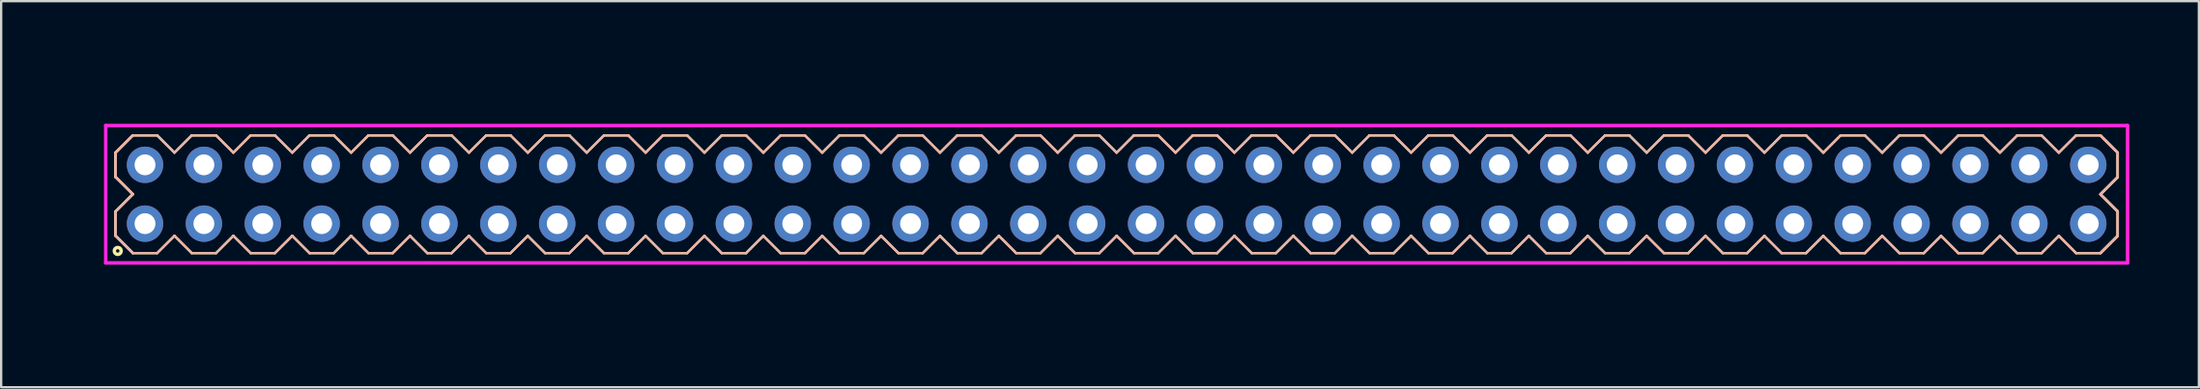
<source format=kicad_pcb>
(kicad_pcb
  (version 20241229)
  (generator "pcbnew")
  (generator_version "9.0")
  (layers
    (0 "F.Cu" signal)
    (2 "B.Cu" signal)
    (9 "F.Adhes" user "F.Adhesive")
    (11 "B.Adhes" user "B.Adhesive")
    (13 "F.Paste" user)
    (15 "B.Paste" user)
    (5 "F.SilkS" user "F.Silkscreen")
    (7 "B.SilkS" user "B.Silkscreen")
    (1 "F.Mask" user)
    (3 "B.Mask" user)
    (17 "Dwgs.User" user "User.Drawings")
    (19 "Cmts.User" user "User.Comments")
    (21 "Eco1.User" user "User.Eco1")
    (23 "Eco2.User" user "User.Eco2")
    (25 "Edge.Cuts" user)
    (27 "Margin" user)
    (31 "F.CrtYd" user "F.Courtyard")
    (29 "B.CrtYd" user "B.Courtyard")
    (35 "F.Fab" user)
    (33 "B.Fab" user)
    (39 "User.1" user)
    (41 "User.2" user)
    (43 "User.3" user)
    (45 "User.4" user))
  (footprint "HDR254P34x2"
    (layer "F.Cu")
    (at 45.115 5.336)
    (property "Reference" "HDR254P34x2" (at -44.355 0 90) (layer "User.1") (effects (font (size 1 1) (thickness 0.1))))
    (attr through_hole)
    (fp_line (start -43.18 -1.796) (end -42.436 -2.54) (stroke (width 0.1) (type solid)) (layer "F.SilkS"))
    (fp_line (start -43.18 -1.796) (end -42.436 -2.54) (stroke (width 0.1) (type solid)) (layer "F.SilkS"))
    (fp_line (start -43.18 -0.744) (end -43.18 -1.796) (stroke (width 0.1) (type solid)) (layer "F.SilkS"))
    (fp_line (start -43.18 -0.744) (end -43.18 -1.796) (stroke (width 0.1) (type solid)) (layer "F.SilkS"))
    (fp_line (start -43.18 0.744) (end -42.436 0) (stroke (width 0.1) (type solid)) (layer "F.SilkS"))
    (fp_line (start -43.18 0.744) (end -42.436 0) (stroke (width 0.1) (type solid)) (layer "F.SilkS"))
    (fp_line (start -43.18 1.796) (end -43.18 0.744) (stroke (width 0.1) (type solid)) (layer "F.SilkS"))
    (fp_line (start -43.18 1.796) (end -43.18 0.744) (stroke (width 0.1) (type solid)) (layer "F.SilkS"))
    (fp_line (start -42.436 -2.54) (end -41.384 -2.54) (stroke (width 0.1) (type solid)) (layer "F.SilkS"))
    (fp_line (start -42.436 0) (end -43.18 -0.744) (stroke (width 0.1) (type solid)) (layer "F.SilkS"))
    (fp_line (start -42.436 0) (end -43.18 -0.744) (stroke (width 0.1) (type solid)) (layer "F.SilkS"))
    (fp_line (start -42.436 2.54) (end -43.18 1.796) (stroke (width 0.1) (type solid)) (layer "F.SilkS"))
    (fp_line (start -42.436 2.54) (end -43.18 1.796) (stroke (width 0.1) (type solid)) (layer "F.SilkS"))
    (fp_line (start -41.384 -2.54) (end -40.64 -1.796) (stroke (width 0.1) (type solid)) (layer "F.SilkS"))
    (fp_line (start -41.384 2.54) (end -42.436 2.54) (stroke (width 0.1) (type solid)) (layer "F.SilkS"))
    (fp_line (start -40.64 -1.796) (end -39.896 -2.54) (stroke (width 0.1) (type solid)) (layer "F.SilkS"))
    (fp_line (start -40.64 1.796) (end -41.384 2.54) (stroke (width 0.1) (type solid)) (layer "F.SilkS"))
    (fp_line (start -39.896 -2.54) (end -38.844 -2.54) (stroke (width 0.1) (type solid)) (layer "F.SilkS"))
    (fp_line (start -39.896 2.54) (end -40.64 1.796) (stroke (width 0.1) (type solid)) (layer "F.SilkS"))
    (fp_line (start -38.844 -2.54) (end -38.1 -1.796) (stroke (width 0.1) (type solid)) (layer "F.SilkS"))
    (fp_line (start -38.844 2.54) (end -39.896 2.54) (stroke (width 0.1) (type solid)) (layer "F.SilkS"))
    (fp_line (start -38.1 -1.796) (end -37.356 -2.54) (stroke (width 0.1) (type solid)) (layer "F.SilkS"))
    (fp_line (start -38.1 1.796) (end -38.844 2.54) (stroke (width 0.1) (type solid)) (layer "F.SilkS"))
    (fp_line (start -37.356 -2.54) (end -36.304 -2.54) (stroke (width 0.1) (type solid)) (layer "F.SilkS"))
    (fp_line (start -37.356 2.54) (end -38.1 1.796) (stroke (width 0.1) (type solid)) (layer "F.SilkS"))
    (fp_line (start -36.304 -2.54) (end -35.56 -1.796) (stroke (width 0.1) (type solid)) (layer "F.SilkS"))
    (fp_line (start -36.304 2.54) (end -37.356 2.54) (stroke (width 0.1) (type solid)) (layer "F.SilkS"))
    (fp_line (start -35.56 -1.796) (end -34.816 -2.54) (stroke (width 0.1) (type solid)) (layer "F.SilkS"))
    (fp_line (start -35.56 1.796) (end -36.304 2.54) (stroke (width 0.1) (type solid)) (layer "F.SilkS"))
    (fp_line (start -34.816 -2.54) (end -33.764 -2.54) (stroke (width 0.1) (type solid)) (layer "F.SilkS"))
    (fp_line (start -34.816 2.54) (end -35.56 1.796) (stroke (width 0.1) (type solid)) (layer "F.SilkS"))
    (fp_line (start -33.764 -2.54) (end -33.02 -1.796) (stroke (width 0.1) (type solid)) (layer "F.SilkS"))
    (fp_line (start -33.764 2.54) (end -34.816 2.54) (stroke (width 0.1) (type solid)) (layer "F.SilkS"))
    (fp_line (start -33.02 -1.796) (end -32.276 -2.54) (stroke (width 0.1) (type solid)) (layer "F.SilkS"))
    (fp_line (start -33.02 1.796) (end -33.764 2.54) (stroke (width 0.1) (type solid)) (layer "F.SilkS"))
    (fp_line (start -32.276 -2.54) (end -31.224 -2.54) (stroke (width 0.1) (type solid)) (layer "F.SilkS"))
    (fp_line (start -32.276 2.54) (end -33.02 1.796) (stroke (width 0.1) (type solid)) (layer "F.SilkS"))
    (fp_line (start -31.224 -2.54) (end -30.48 -1.796) (stroke (width 0.1) (type solid)) (layer "F.SilkS"))
    (fp_line (start -31.224 2.54) (end -32.276 2.54) (stroke (width 0.1) (type solid)) (layer "F.SilkS"))
    (fp_line (start -30.48 -1.796) (end -29.736 -2.54) (stroke (width 0.1) (type solid)) (layer "F.SilkS"))
    (fp_line (start -30.48 1.796) (end -31.224 2.54) (stroke (width 0.1) (type solid)) (layer "F.SilkS"))
    (fp_line (start -29.736 -2.54) (end -28.684 -2.54) (stroke (width 0.1) (type solid)) (layer "F.SilkS"))
    (fp_line (start -29.736 2.54) (end -30.48 1.796) (stroke (width 0.1) (type solid)) (layer "F.SilkS"))
    (fp_line (start -28.684 -2.54) (end -27.94 -1.796) (stroke (width 0.1) (type solid)) (layer "F.SilkS"))
    (fp_line (start -28.684 2.54) (end -29.736 2.54) (stroke (width 0.1) (type solid)) (layer "F.SilkS"))
    (fp_line (start -27.94 -1.796) (end -27.196 -2.54) (stroke (width 0.1) (type solid)) (layer "F.SilkS"))
    (fp_line (start -27.94 1.796) (end -28.684 2.54) (stroke (width 0.1) (type solid)) (layer "F.SilkS"))
    (fp_line (start -27.196 -2.54) (end -26.144 -2.54) (stroke (width 0.1) (type solid)) (layer "F.SilkS"))
    (fp_line (start -27.196 2.54) (end -27.94 1.796) (stroke (width 0.1) (type solid)) (layer "F.SilkS"))
    (fp_line (start -26.144 -2.54) (end -25.4 -1.796) (stroke (width 0.1) (type solid)) (layer "F.SilkS"))
    (fp_line (start -26.144 2.54) (end -27.196 2.54) (stroke (width 0.1) (type solid)) (layer "F.SilkS"))
    (fp_line (start -25.4 -1.796) (end -24.656 -2.54) (stroke (width 0.1) (type solid)) (layer "F.SilkS"))
    (fp_line (start -25.4 1.796) (end -26.144 2.54) (stroke (width 0.1) (type solid)) (layer "F.SilkS"))
    (fp_line (start -24.656 -2.54) (end -23.604 -2.54) (stroke (width 0.1) (type solid)) (layer "F.SilkS"))
    (fp_line (start -24.656 2.54) (end -25.4 1.796) (stroke (width 0.1) (type solid)) (layer "F.SilkS"))
    (fp_line (start -23.604 -2.54) (end -22.86 -1.796) (stroke (width 0.1) (type solid)) (layer "F.SilkS"))
    (fp_line (start -23.604 2.54) (end -24.656 2.54) (stroke (width 0.1) (type solid)) (layer "F.SilkS"))
    (fp_line (start -22.86 -1.796) (end -22.116 -2.54) (stroke (width 0.1) (type solid)) (layer "F.SilkS"))
    (fp_line (start -22.86 1.796) (end -23.604 2.54) (stroke (width 0.1) (type solid)) (layer "F.SilkS"))
    (fp_line (start -22.116 -2.54) (end -21.064 -2.54) (stroke (width 0.1) (type solid)) (layer "F.SilkS"))
    (fp_line (start -22.116 2.54) (end -22.86 1.796) (stroke (width 0.1) (type solid)) (layer "F.SilkS"))
    (fp_line (start -21.064 -2.54) (end -20.32 -1.796) (stroke (width 0.1) (type solid)) (layer "F.SilkS"))
    (fp_line (start -21.064 2.54) (end -22.116 2.54) (stroke (width 0.1) (type solid)) (layer "F.SilkS"))
    (fp_line (start -20.32 -1.796) (end -19.576 -2.54) (stroke (width 0.1) (type solid)) (layer "F.SilkS"))
    (fp_line (start -20.32 1.796) (end -21.064 2.54) (stroke (width 0.1) (type solid)) (layer "F.SilkS"))
    (fp_line (start -19.576 -2.54) (end -18.524 -2.54) (stroke (width 0.1) (type solid)) (layer "F.SilkS"))
    (fp_line (start -19.576 2.54) (end -20.32 1.796) (stroke (width 0.1) (type solid)) (layer "F.SilkS"))
    (fp_line (start -18.524 -2.54) (end -17.78 -1.796) (stroke (width 0.1) (type solid)) (layer "F.SilkS"))
    (fp_line (start -18.524 2.54) (end -19.576 2.54) (stroke (width 0.1) (type solid)) (layer "F.SilkS"))
    (fp_line (start -17.78 -1.796) (end -17.036 -2.54) (stroke (width 0.1) (type solid)) (layer "F.SilkS"))
    (fp_line (start -17.78 1.796) (end -18.524 2.54) (stroke (width 0.1) (type solid)) (layer "F.SilkS"))
    (fp_line (start -17.036 -2.54) (end -15.984 -2.54) (stroke (width 0.1) (type solid)) (layer "F.SilkS"))
    (fp_line (start -17.036 2.54) (end -17.78 1.796) (stroke (width 0.1) (type solid)) (layer "F.SilkS"))
    (fp_line (start -15.984 -2.54) (end -15.24 -1.796) (stroke (width 0.1) (type solid)) (layer "F.SilkS"))
    (fp_line (start -15.984 2.54) (end -17.036 2.54) (stroke (width 0.1) (type solid)) (layer "F.SilkS"))
    (fp_line (start -15.24 -1.796) (end -14.496 -2.54) (stroke (width 0.1) (type solid)) (layer "F.SilkS"))
    (fp_line (start -15.24 1.796) (end -15.984 2.54) (stroke (width 0.1) (type solid)) (layer "F.SilkS"))
    (fp_line (start -14.496 -2.54) (end -13.444 -2.54) (stroke (width 0.1) (type solid)) (layer "F.SilkS"))
    (fp_line (start -14.496 2.54) (end -15.24 1.796) (stroke (width 0.1) (type solid)) (layer "F.SilkS"))
    (fp_line (start -13.444 -2.54) (end -12.7 -1.796) (stroke (width 0.1) (type solid)) (layer "F.SilkS"))
    (fp_line (start -13.444 2.54) (end -14.496 2.54) (stroke (width 0.1) (type solid)) (layer "F.SilkS"))
    (fp_line (start -12.7 -1.796) (end -11.956 -2.54) (stroke (width 0.1) (type solid)) (layer "F.SilkS"))
    (fp_line (start -12.7 1.796) (end -13.444 2.54) (stroke (width 0.1) (type solid)) (layer "F.SilkS"))
    (fp_line (start -11.956 -2.54) (end -10.904 -2.54) (stroke (width 0.1) (type solid)) (layer "F.SilkS"))
    (fp_line (start -11.956 2.54) (end -12.7 1.796) (stroke (width 0.1) (type solid)) (layer "F.SilkS"))
    (fp_line (start -10.904 -2.54) (end -10.16 -1.796) (stroke (width 0.1) (type solid)) (layer "F.SilkS"))
    (fp_line (start -10.904 2.54) (end -11.956 2.54) (stroke (width 0.1) (type solid)) (layer "F.SilkS"))
    (fp_line (start -10.16 -1.796) (end -9.416 -2.54) (stroke (width 0.1) (type solid)) (layer "F.SilkS"))
    (fp_line (start -10.16 1.796) (end -10.904 2.54) (stroke (width 0.1) (type solid)) (layer "F.SilkS"))
    (fp_line (start -9.416 -2.54) (end -8.364 -2.54) (stroke (width 0.1) (type solid)) (layer "F.SilkS"))
    (fp_line (start -9.416 2.54) (end -10.16 1.796) (stroke (width 0.1) (type solid)) (layer "F.SilkS"))
    (fp_line (start -8.364 -2.54) (end -7.62 -1.796) (stroke (width 0.1) (type solid)) (layer "F.SilkS"))
    (fp_line (start -8.364 2.54) (end -9.416 2.54) (stroke (width 0.1) (type solid)) (layer "F.SilkS"))
    (fp_line (start -7.62 -1.796) (end -6.876 -2.54) (stroke (width 0.1) (type solid)) (layer "F.SilkS"))
    (fp_line (start -7.62 1.796) (end -8.364 2.54) (stroke (width 0.1) (type solid)) (layer "F.SilkS"))
    (fp_line (start -6.876 -2.54) (end -5.824 -2.54) (stroke (width 0.1) (type solid)) (layer "F.SilkS"))
    (fp_line (start -6.876 2.54) (end -7.62 1.796) (stroke (width 0.1) (type solid)) (layer "F.SilkS"))
    (fp_line (start -5.824 -2.54) (end -5.08 -1.796) (stroke (width 0.1) (type solid)) (layer "F.SilkS"))
    (fp_line (start -5.824 2.54) (end -6.876 2.54) (stroke (width 0.1) (type solid)) (layer "F.SilkS"))
    (fp_line (start -5.08 -1.796) (end -4.336 -2.54) (stroke (width 0.1) (type solid)) (layer "F.SilkS"))
    (fp_line (start -5.08 1.796) (end -5.824 2.54) (stroke (width 0.1) (type solid)) (layer "F.SilkS"))
    (fp_line (start -4.336 -2.54) (end -3.284 -2.54) (stroke (width 0.1) (type solid)) (layer "F.SilkS"))
    (fp_line (start -4.336 2.54) (end -5.08 1.796) (stroke (width 0.1) (type solid)) (layer "F.SilkS"))
    (fp_line (start -3.284 -2.54) (end -2.54 -1.796) (stroke (width 0.1) (type solid)) (layer "F.SilkS"))
    (fp_line (start -3.284 2.54) (end -4.336 2.54) (stroke (width 0.1) (type solid)) (layer "F.SilkS"))
    (fp_line (start -2.54 -1.796) (end -1.796 -2.54) (stroke (width 0.1) (type solid)) (layer "F.SilkS"))
    (fp_line (start -2.54 1.796) (end -3.284 2.54) (stroke (width 0.1) (type solid)) (layer "F.SilkS"))
    (fp_line (start -1.796 -2.54) (end -0.744 -2.54) (stroke (width 0.1) (type solid)) (layer "F.SilkS"))
    (fp_line (start -1.796 2.54) (end -2.54 1.796) (stroke (width 0.1) (type solid)) (layer "F.SilkS"))
    (fp_line (start -0.744 -2.54) (end 0 -1.796) (stroke (width 0.1) (type solid)) (layer "F.SilkS"))
    (fp_line (start -0.744 2.54) (end -1.796 2.54) (stroke (width 0.1) (type solid)) (layer "F.SilkS"))
    (fp_line (start 0 -1.796) (end 0.744 -2.54) (stroke (width 0.1) (type solid)) (layer "F.SilkS"))
    (fp_line (start 0 1.796) (end -0.744 2.54) (stroke (width 0.1) (type solid)) (layer "F.SilkS"))
    (fp_line (start 0.744 -2.54) (end 1.796 -2.54) (stroke (width 0.1) (type solid)) (layer "F.SilkS"))
    (fp_line (start 0.744 2.54) (end 0 1.796) (stroke (width 0.1) (type solid)) (layer "F.SilkS"))
    (fp_line (start 1.796 -2.54) (end 2.54 -1.796) (stroke (width 0.1) (type solid)) (layer "F.SilkS"))
    (fp_line (start 1.796 2.54) (end 0.744 2.54) (stroke (width 0.1) (type solid)) (layer "F.SilkS"))
    (fp_line (start 2.54 -1.796) (end 3.284 -2.54) (stroke (width 0.1) (type solid)) (layer "F.SilkS"))
    (fp_line (start 2.54 1.796) (end 1.796 2.54) (stroke (width 0.1) (type solid)) (layer "F.SilkS"))
    (fp_line (start 3.284 -2.54) (end 4.336 -2.54) (stroke (width 0.1) (type solid)) (layer "F.SilkS"))
    (fp_line (start 3.284 2.54) (end 2.54 1.796) (stroke (width 0.1) (type solid)) (layer "F.SilkS"))
    (fp_line (start 4.336 -2.54) (end 5.08 -1.796) (stroke (width 0.1) (type solid)) (layer "F.SilkS"))
    (fp_line (start 4.336 2.54) (end 3.284 2.54) (stroke (width 0.1) (type solid)) (layer "F.SilkS"))
    (fp_line (start 5.08 -1.796) (end 5.824 -2.54) (stroke (width 0.1) (type solid)) (layer "F.SilkS"))
    (fp_line (start 5.08 1.796) (end 4.336 2.54) (stroke (width 0.1) (type solid)) (layer "F.SilkS"))
    (fp_line (start 5.824 -2.54) (end 6.876 -2.54) (stroke (width 0.1) (type solid)) (layer "F.SilkS"))
    (fp_line (start 5.824 2.54) (end 5.08 1.796) (stroke (width 0.1) (type solid)) (layer "F.SilkS"))
    (fp_line (start 6.876 -2.54) (end 7.62 -1.796) (stroke (width 0.1) (type solid)) (layer "F.SilkS"))
    (fp_line (start 6.876 2.54) (end 5.824 2.54) (stroke (width 0.1) (type solid)) (layer "F.SilkS"))
    (fp_line (start 7.62 -1.796) (end 8.364 -2.54) (stroke (width 0.1) (type solid)) (layer "F.SilkS"))
    (fp_line (start 7.62 1.796) (end 6.876 2.54) (stroke (width 0.1) (type solid)) (layer "F.SilkS"))
    (fp_line (start 8.364 -2.54) (end 9.416 -2.54) (stroke (width 0.1) (type solid)) (layer "F.SilkS"))
    (fp_line (start 8.364 2.54) (end 7.62 1.796) (stroke (width 0.1) (type solid)) (layer "F.SilkS"))
    (fp_line (start 9.416 -2.54) (end 10.16 -1.796) (stroke (width 0.1) (type solid)) (layer "F.SilkS"))
    (fp_line (start 9.416 2.54) (end 8.364 2.54) (stroke (width 0.1) (type solid)) (layer "F.SilkS"))
    (fp_line (start 10.16 -1.796) (end 10.904 -2.54) (stroke (width 0.1) (type solid)) (layer "F.SilkS"))
    (fp_line (start 10.16 1.796) (end 9.416 2.54) (stroke (width 0.1) (type solid)) (layer "F.SilkS"))
    (fp_line (start 10.904 -2.54) (end 11.956 -2.54) (stroke (width 0.1) (type solid)) (layer "F.SilkS"))
    (fp_line (start 10.904 2.54) (end 10.16 1.796) (stroke (width 0.1) (type solid)) (layer "F.SilkS"))
    (fp_line (start 11.956 -2.54) (end 12.7 -1.796) (stroke (width 0.1) (type solid)) (layer "F.SilkS"))
    (fp_line (start 11.956 2.54) (end 10.904 2.54) (stroke (width 0.1) (type solid)) (layer "F.SilkS"))
    (fp_line (start 12.7 -1.796) (end 13.444 -2.54) (stroke (width 0.1) (type solid)) (layer "F.SilkS"))
    (fp_line (start 12.7 1.796) (end 11.956 2.54) (stroke (width 0.1) (type solid)) (layer "F.SilkS"))
    (fp_line (start 13.444 -2.54) (end 14.496 -2.54) (stroke (width 0.1) (type solid)) (layer "F.SilkS"))
    (fp_line (start 13.444 2.54) (end 12.7 1.796) (stroke (width 0.1) (type solid)) (layer "F.SilkS"))
    (fp_line (start 14.496 -2.54) (end 15.24 -1.796) (stroke (width 0.1) (type solid)) (layer "F.SilkS"))
    (fp_line (start 14.496 2.54) (end 13.444 2.54) (stroke (width 0.1) (type solid)) (layer "F.SilkS"))
    (fp_line (start 15.24 -1.796) (end 15.984 -2.54) (stroke (width 0.1) (type solid)) (layer "F.SilkS"))
    (fp_line (start 15.24 1.796) (end 14.496 2.54) (stroke (width 0.1) (type solid)) (layer "F.SilkS"))
    (fp_line (start 15.984 -2.54) (end 17.036 -2.54) (stroke (width 0.1) (type solid)) (layer "F.SilkS"))
    (fp_line (start 15.984 2.54) (end 15.24 1.796) (stroke (width 0.1) (type solid)) (layer "F.SilkS"))
    (fp_line (start 17.036 -2.54) (end 17.78 -1.796) (stroke (width 0.1) (type solid)) (layer "F.SilkS"))
    (fp_line (start 17.036 2.54) (end 15.984 2.54) (stroke (width 0.1) (type solid)) (layer "F.SilkS"))
    (fp_line (start 17.78 -1.796) (end 18.524 -2.54) (stroke (width 0.1) (type solid)) (layer "F.SilkS"))
    (fp_line (start 17.78 1.796) (end 17.036 2.54) (stroke (width 0.1) (type solid)) (layer "F.SilkS"))
    (fp_line (start 18.524 -2.54) (end 19.576 -2.54) (stroke (width 0.1) (type solid)) (layer "F.SilkS"))
    (fp_line (start 18.524 2.54) (end 17.78 1.796) (stroke (width 0.1) (type solid)) (layer "F.SilkS"))
    (fp_line (start 19.576 -2.54) (end 20.32 -1.796) (stroke (width 0.1) (type solid)) (layer "F.SilkS"))
    (fp_line (start 19.576 2.54) (end 18.524 2.54) (stroke (width 0.1) (type solid)) (layer "F.SilkS"))
    (fp_line (start 20.32 -1.796) (end 21.064 -2.54) (stroke (width 0.1) (type solid)) (layer "F.SilkS"))
    (fp_line (start 20.32 1.796) (end 19.576 2.54) (stroke (width 0.1) (type solid)) (layer "F.SilkS"))
    (fp_line (start 21.064 -2.54) (end 22.116 -2.54) (stroke (width 0.1) (type solid)) (layer "F.SilkS"))
    (fp_line (start 21.064 2.54) (end 20.32 1.796) (stroke (width 0.1) (type solid)) (layer "F.SilkS"))
    (fp_line (start 22.116 -2.54) (end 22.86 -1.796) (stroke (width 0.1) (type solid)) (layer "F.SilkS"))
    (fp_line (start 22.116 2.54) (end 21.064 2.54) (stroke (width 0.1) (type solid)) (layer "F.SilkS"))
    (fp_line (start 22.86 -1.796) (end 23.604 -2.54) (stroke (width 0.1) (type solid)) (layer "F.SilkS"))
    (fp_line (start 22.86 1.796) (end 22.116 2.54) (stroke (width 0.1) (type solid)) (layer "F.SilkS"))
    (fp_line (start 23.604 -2.54) (end 24.656 -2.54) (stroke (width 0.1) (type solid)) (layer "F.SilkS"))
    (fp_line (start 23.604 2.54) (end 22.86 1.796) (stroke (width 0.1) (type solid)) (layer "F.SilkS"))
    (fp_line (start 24.656 -2.54) (end 25.4 -1.796) (stroke (width 0.1) (type solid)) (layer "F.SilkS"))
    (fp_line (start 24.656 2.54) (end 23.604 2.54) (stroke (width 0.1) (type solid)) (layer "F.SilkS"))
    (fp_line (start 25.4 -1.796) (end 26.144 -2.54) (stroke (width 0.1) (type solid)) (layer "F.SilkS"))
    (fp_line (start 25.4 1.796) (end 24.656 2.54) (stroke (width 0.1) (type solid)) (layer "F.SilkS"))
    (fp_line (start 26.144 -2.54) (end 27.196 -2.54) (stroke (width 0.1) (type solid)) (layer "F.SilkS"))
    (fp_line (start 26.144 2.54) (end 25.4 1.796) (stroke (width 0.1) (type solid)) (layer "F.SilkS"))
    (fp_line (start 27.196 -2.54) (end 27.94 -1.796) (stroke (width 0.1) (type solid)) (layer "F.SilkS"))
    (fp_line (start 27.196 2.54) (end 26.144 2.54) (stroke (width 0.1) (type solid)) (layer "F.SilkS"))
    (fp_line (start 27.94 -1.796) (end 28.684 -2.54) (stroke (width 0.1) (type solid)) (layer "F.SilkS"))
    (fp_line (start 27.94 1.796) (end 27.196 2.54) (stroke (width 0.1) (type solid)) (layer "F.SilkS"))
    (fp_line (start 28.684 -2.54) (end 29.736 -2.54) (stroke (width 0.1) (type solid)) (layer "F.SilkS"))
    (fp_line (start 28.684 2.54) (end 27.94 1.796) (stroke (width 0.1) (type solid)) (layer "F.SilkS"))
    (fp_line (start 29.736 -2.54) (end 30.48 -1.796) (stroke (width 0.1) (type solid)) (layer "F.SilkS"))
    (fp_line (start 29.736 2.54) (end 28.684 2.54) (stroke (width 0.1) (type solid)) (layer "F.SilkS"))
    (fp_line (start 30.48 -1.796) (end 31.224 -2.54) (stroke (width 0.1) (type solid)) (layer "F.SilkS"))
    (fp_line (start 30.48 1.796) (end 29.736 2.54) (stroke (width 0.1) (type solid)) (layer "F.SilkS"))
    (fp_line (start 31.224 -2.54) (end 32.276 -2.54) (stroke (width 0.1) (type solid)) (layer "F.SilkS"))
    (fp_line (start 31.224 2.54) (end 30.48 1.796) (stroke (width 0.1) (type solid)) (layer "F.SilkS"))
    (fp_line (start 32.276 -2.54) (end 33.02 -1.796) (stroke (width 0.1) (type solid)) (layer "F.SilkS"))
    (fp_line (start 32.276 2.54) (end 31.224 2.54) (stroke (width 0.1) (type solid)) (layer "F.SilkS"))
    (fp_line (start 33.02 -1.796) (end 33.764 -2.54) (stroke (width 0.1) (type solid)) (layer "F.SilkS"))
    (fp_line (start 33.02 1.796) (end 32.276 2.54) (stroke (width 0.1) (type solid)) (layer "F.SilkS"))
    (fp_line (start 33.764 -2.54) (end 34.816 -2.54) (stroke (width 0.1) (type solid)) (layer "F.SilkS"))
    (fp_line (start 33.764 2.54) (end 33.02 1.796) (stroke (width 0.1) (type solid)) (layer "F.SilkS"))
    (fp_line (start 34.816 -2.54) (end 35.56 -1.796) (stroke (width 0.1) (type solid)) (layer "F.SilkS"))
    (fp_line (start 34.816 2.54) (end 33.764 2.54) (stroke (width 0.1) (type solid)) (layer "F.SilkS"))
    (fp_line (start 35.56 -1.796) (end 36.304 -2.54) (stroke (width 0.1) (type solid)) (layer "F.SilkS"))
    (fp_line (start 35.56 1.796) (end 34.816 2.54) (stroke (width 0.1) (type solid)) (layer "F.SilkS"))
    (fp_line (start 36.304 -2.54) (end 37.356 -2.54) (stroke (width 0.1) (type solid)) (layer "F.SilkS"))
    (fp_line (start 36.304 2.54) (end 35.56 1.796) (stroke (width 0.1) (type solid)) (layer "F.SilkS"))
    (fp_line (start 37.356 -2.54) (end 38.1 -1.796) (stroke (width 0.1) (type solid)) (layer "F.SilkS"))
    (fp_line (start 37.356 2.54) (end 36.304 2.54) (stroke (width 0.1) (type solid)) (layer "F.SilkS"))
    (fp_line (start 38.1 -1.796) (end 38.844 -2.54) (stroke (width 0.1) (type solid)) (layer "F.SilkS"))
    (fp_line (start 38.1 1.796) (end 37.356 2.54) (stroke (width 0.1) (type solid)) (layer "F.SilkS"))
    (fp_line (start 38.844 -2.54) (end 39.896 -2.54) (stroke (width 0.1) (type solid)) (layer "F.SilkS"))
    (fp_line (start 38.844 2.54) (end 38.1 1.796) (stroke (width 0.1) (type solid)) (layer "F.SilkS"))
    (fp_line (start 39.896 -2.54) (end 40.64 -1.796) (stroke (width 0.1) (type solid)) (layer "F.SilkS"))
    (fp_line (start 39.896 2.54) (end 38.844 2.54) (stroke (width 0.1) (type solid)) (layer "F.SilkS"))
    (fp_line (start 40.64 -1.796) (end 41.384 -2.54) (stroke (width 0.1) (type solid)) (layer "F.SilkS"))
    (fp_line (start 40.64 1.796) (end 39.896 2.54) (stroke (width 0.1) (type solid)) (layer "F.SilkS"))
    (fp_line (start 41.384 -2.54) (end 42.436 -2.54) (stroke (width 0.1) (type solid)) (layer "F.SilkS"))
    (fp_line (start 41.384 2.54) (end 40.64 1.796) (stroke (width 0.1) (type solid)) (layer "F.SilkS"))
    (fp_line (start 42.436 -2.54) (end 43.18 -1.796) (stroke (width 0.1) (type solid)) (layer "F.SilkS"))
    (fp_line (start 42.436 -2.54) (end 43.18 -1.796) (stroke (width 0.1) (type solid)) (layer "F.SilkS"))
    (fp_line (start 42.436 0) (end 43.18 0.744) (stroke (width 0.1) (type solid)) (layer "F.SilkS"))
    (fp_line (start 42.436 0) (end 43.18 0.744) (stroke (width 0.1) (type solid)) (layer "F.SilkS"))
    (fp_line (start 42.436 2.54) (end 41.384 2.54) (stroke (width 0.1) (type solid)) (layer "F.SilkS"))
    (fp_line (start 43.18 -1.796) (end 43.18 -0.744) (stroke (width 0.1) (type solid)) (layer "F.SilkS"))
    (fp_line (start 43.18 -1.796) (end 43.18 -0.744) (stroke (width 0.1) (type solid)) (layer "F.SilkS"))
    (fp_line (start 43.18 -0.744) (end 42.436 0) (stroke (width 0.1) (type solid)) (layer "F.SilkS"))
    (fp_line (start 43.18 -0.744) (end 42.436 0) (stroke (width 0.1) (type solid)) (layer "F.SilkS"))
    (fp_line (start 43.18 0.744) (end 43.18 1.796) (stroke (width 0.1) (type solid)) (layer "F.SilkS"))
    (fp_line (start 43.18 0.744) (end 43.18 1.796) (stroke (width 0.1) (type solid)) (layer "F.SilkS"))
    (fp_line (start 43.18 1.796) (end 42.436 2.54) (stroke (width 0.1) (type solid)) (layer "F.SilkS"))
    (fp_line (start 43.18 1.796) (end 42.436 2.54) (stroke (width 0.1) (type solid)) (layer "F.SilkS"))
    (fp_circle (center -43.087 2.448) (end -42.938 2.448) (stroke (width 0.15) (type solid)) (fill no) (layer "F.SilkS"))
    (fp_line (start -43.18 -1.796) (end -42.436 -2.54) (stroke (width 0.1) (type solid)) (layer "B.SilkS"))
    (fp_line (start -43.18 -1.796) (end -42.436 -2.54) (stroke (width 0.1) (type solid)) (layer "B.SilkS"))
    (fp_line (start -43.18 -0.744) (end -43.18 -1.796) (stroke (width 0.1) (type solid)) (layer "B.SilkS"))
    (fp_line (start -43.18 -0.744) (end -43.18 -1.796) (stroke (width 0.1) (type solid)) (layer "B.SilkS"))
    (fp_line (start -43.18 0.744) (end -42.436 0) (stroke (width 0.1) (type solid)) (layer "B.SilkS"))
    (fp_line (start -43.18 0.744) (end -42.436 0) (stroke (width 0.1) (type solid)) (layer "B.SilkS"))
    (fp_line (start -43.18 1.796) (end -43.18 0.744) (stroke (width 0.1) (type solid)) (layer "B.SilkS"))
    (fp_line (start -43.18 1.796) (end -43.18 0.744) (stroke (width 0.1) (type solid)) (layer "B.SilkS"))
    (fp_line (start -42.436 -2.54) (end -41.384 -2.54) (stroke (width 0.1) (type solid)) (layer "B.SilkS"))
    (fp_line (start -42.436 0) (end -43.18 -0.744) (stroke (width 0.1) (type solid)) (layer "B.SilkS"))
    (fp_line (start -42.436 0) (end -43.18 -0.744) (stroke (width 0.1) (type solid)) (layer "B.SilkS"))
    (fp_line (start -42.436 2.54) (end -43.18 1.796) (stroke (width 0.1) (type solid)) (layer "B.SilkS"))
    (fp_line (start -42.436 2.54) (end -43.18 1.796) (stroke (width 0.1) (type solid)) (layer "B.SilkS"))
    (fp_line (start -41.384 -2.54) (end -40.64 -1.796) (stroke (width 0.1) (type solid)) (layer "B.SilkS"))
    (fp_line (start -41.384 2.54) (end -42.436 2.54) (stroke (width 0.1) (type solid)) (layer "B.SilkS"))
    (fp_line (start -40.64 -1.796) (end -39.896 -2.54) (stroke (width 0.1) (type solid)) (layer "B.SilkS"))
    (fp_line (start -40.64 1.796) (end -41.384 2.54) (stroke (width 0.1) (type solid)) (layer "B.SilkS"))
    (fp_line (start -39.896 -2.54) (end -38.844 -2.54) (stroke (width 0.1) (type solid)) (layer "B.SilkS"))
    (fp_line (start -39.896 2.54) (end -40.64 1.796) (stroke (width 0.1) (type solid)) (layer "B.SilkS"))
    (fp_line (start -38.844 -2.54) (end -38.1 -1.796) (stroke (width 0.1) (type solid)) (layer "B.SilkS"))
    (fp_line (start -38.844 2.54) (end -39.896 2.54) (stroke (width 0.1) (type solid)) (layer "B.SilkS"))
    (fp_line (start -38.1 -1.796) (end -37.356 -2.54) (stroke (width 0.1) (type solid)) (layer "B.SilkS"))
    (fp_line (start -38.1 1.796) (end -38.844 2.54) (stroke (width 0.1) (type solid)) (layer "B.SilkS"))
    (fp_line (start -37.356 -2.54) (end -36.304 -2.54) (stroke (width 0.1) (type solid)) (layer "B.SilkS"))
    (fp_line (start -37.356 2.54) (end -38.1 1.796) (stroke (width 0.1) (type solid)) (layer "B.SilkS"))
    (fp_line (start -36.304 -2.54) (end -35.56 -1.796) (stroke (width 0.1) (type solid)) (layer "B.SilkS"))
    (fp_line (start -36.304 2.54) (end -37.356 2.54) (stroke (width 0.1) (type solid)) (layer "B.SilkS"))
    (fp_line (start -35.56 -1.796) (end -34.816 -2.54) (stroke (width 0.1) (type solid)) (layer "B.SilkS"))
    (fp_line (start -35.56 1.796) (end -36.304 2.54) (stroke (width 0.1) (type solid)) (layer "B.SilkS"))
    (fp_line (start -34.816 -2.54) (end -33.764 -2.54) (stroke (width 0.1) (type solid)) (layer "B.SilkS"))
    (fp_line (start -34.816 2.54) (end -35.56 1.796) (stroke (width 0.1) (type solid)) (layer "B.SilkS"))
    (fp_line (start -33.764 -2.54) (end -33.02 -1.796) (stroke (width 0.1) (type solid)) (layer "B.SilkS"))
    (fp_line (start -33.764 2.54) (end -34.816 2.54) (stroke (width 0.1) (type solid)) (layer "B.SilkS"))
    (fp_line (start -33.02 -1.796) (end -32.276 -2.54) (stroke (width 0.1) (type solid)) (layer "B.SilkS"))
    (fp_line (start -33.02 1.796) (end -33.764 2.54) (stroke (width 0.1) (type solid)) (layer "B.SilkS"))
    (fp_line (start -32.276 -2.54) (end -31.224 -2.54) (stroke (width 0.1) (type solid)) (layer "B.SilkS"))
    (fp_line (start -32.276 2.54) (end -33.02 1.796) (stroke (width 0.1) (type solid)) (layer "B.SilkS"))
    (fp_line (start -31.224 -2.54) (end -30.48 -1.796) (stroke (width 0.1) (type solid)) (layer "B.SilkS"))
    (fp_line (start -31.224 2.54) (end -32.276 2.54) (stroke (width 0.1) (type solid)) (layer "B.SilkS"))
    (fp_line (start -30.48 -1.796) (end -29.736 -2.54) (stroke (width 0.1) (type solid)) (layer "B.SilkS"))
    (fp_line (start -30.48 1.796) (end -31.224 2.54) (stroke (width 0.1) (type solid)) (layer "B.SilkS"))
    (fp_line (start -29.736 -2.54) (end -28.684 -2.54) (stroke (width 0.1) (type solid)) (layer "B.SilkS"))
    (fp_line (start -29.736 2.54) (end -30.48 1.796) (stroke (width 0.1) (type solid)) (layer "B.SilkS"))
    (fp_line (start -28.684 -2.54) (end -27.94 -1.796) (stroke (width 0.1) (type solid)) (layer "B.SilkS"))
    (fp_line (start -28.684 2.54) (end -29.736 2.54) (stroke (width 0.1) (type solid)) (layer "B.SilkS"))
    (fp_line (start -27.94 -1.796) (end -27.196 -2.54) (stroke (width 0.1) (type solid)) (layer "B.SilkS"))
    (fp_line (start -27.94 1.796) (end -28.684 2.54) (stroke (width 0.1) (type solid)) (layer "B.SilkS"))
    (fp_line (start -27.196 -2.54) (end -26.144 -2.54) (stroke (width 0.1) (type solid)) (layer "B.SilkS"))
    (fp_line (start -27.196 2.54) (end -27.94 1.796) (stroke (width 0.1) (type solid)) (layer "B.SilkS"))
    (fp_line (start -26.144 -2.54) (end -25.4 -1.796) (stroke (width 0.1) (type solid)) (layer "B.SilkS"))
    (fp_line (start -26.144 2.54) (end -27.196 2.54) (stroke (width 0.1) (type solid)) (layer "B.SilkS"))
    (fp_line (start -25.4 -1.796) (end -24.656 -2.54) (stroke (width 0.1) (type solid)) (layer "B.SilkS"))
    (fp_line (start -25.4 1.796) (end -26.144 2.54) (stroke (width 0.1) (type solid)) (layer "B.SilkS"))
    (fp_line (start -24.656 -2.54) (end -23.604 -2.54) (stroke (width 0.1) (type solid)) (layer "B.SilkS"))
    (fp_line (start -24.656 2.54) (end -25.4 1.796) (stroke (width 0.1) (type solid)) (layer "B.SilkS"))
    (fp_line (start -23.604 -2.54) (end -22.86 -1.796) (stroke (width 0.1) (type solid)) (layer "B.SilkS"))
    (fp_line (start -23.604 2.54) (end -24.656 2.54) (stroke (width 0.1) (type solid)) (layer "B.SilkS"))
    (fp_line (start -22.86 -1.796) (end -22.116 -2.54) (stroke (width 0.1) (type solid)) (layer "B.SilkS"))
    (fp_line (start -22.86 1.796) (end -23.604 2.54) (stroke (width 0.1) (type solid)) (layer "B.SilkS"))
    (fp_line (start -22.116 -2.54) (end -21.064 -2.54) (stroke (width 0.1) (type solid)) (layer "B.SilkS"))
    (fp_line (start -22.116 2.54) (end -22.86 1.796) (stroke (width 0.1) (type solid)) (layer "B.SilkS"))
    (fp_line (start -21.064 -2.54) (end -20.32 -1.796) (stroke (width 0.1) (type solid)) (layer "B.SilkS"))
    (fp_line (start -21.064 2.54) (end -22.116 2.54) (stroke (width 0.1) (type solid)) (layer "B.SilkS"))
    (fp_line (start -20.32 -1.796) (end -19.576 -2.54) (stroke (width 0.1) (type solid)) (layer "B.SilkS"))
    (fp_line (start -20.32 1.796) (end -21.064 2.54) (stroke (width 0.1) (type solid)) (layer "B.SilkS"))
    (fp_line (start -19.576 -2.54) (end -18.524 -2.54) (stroke (width 0.1) (type solid)) (layer "B.SilkS"))
    (fp_line (start -19.576 2.54) (end -20.32 1.796) (stroke (width 0.1) (type solid)) (layer "B.SilkS"))
    (fp_line (start -18.524 -2.54) (end -17.78 -1.796) (stroke (width 0.1) (type solid)) (layer "B.SilkS"))
    (fp_line (start -18.524 2.54) (end -19.576 2.54) (stroke (width 0.1) (type solid)) (layer "B.SilkS"))
    (fp_line (start -17.78 -1.796) (end -17.036 -2.54) (stroke (width 0.1) (type solid)) (layer "B.SilkS"))
    (fp_line (start -17.78 1.796) (end -18.524 2.54) (stroke (width 0.1) (type solid)) (layer "B.SilkS"))
    (fp_line (start -17.036 -2.54) (end -15.984 -2.54) (stroke (width 0.1) (type solid)) (layer "B.SilkS"))
    (fp_line (start -17.036 2.54) (end -17.78 1.796) (stroke (width 0.1) (type solid)) (layer "B.SilkS"))
    (fp_line (start -15.984 -2.54) (end -15.24 -1.796) (stroke (width 0.1) (type solid)) (layer "B.SilkS"))
    (fp_line (start -15.984 2.54) (end -17.036 2.54) (stroke (width 0.1) (type solid)) (layer "B.SilkS"))
    (fp_line (start -15.24 -1.796) (end -14.496 -2.54) (stroke (width 0.1) (type solid)) (layer "B.SilkS"))
    (fp_line (start -15.24 1.796) (end -15.984 2.54) (stroke (width 0.1) (type solid)) (layer "B.SilkS"))
    (fp_line (start -14.496 -2.54) (end -13.444 -2.54) (stroke (width 0.1) (type solid)) (layer "B.SilkS"))
    (fp_line (start -14.496 2.54) (end -15.24 1.796) (stroke (width 0.1) (type solid)) (layer "B.SilkS"))
    (fp_line (start -13.444 -2.54) (end -12.7 -1.796) (stroke (width 0.1) (type solid)) (layer "B.SilkS"))
    (fp_line (start -13.444 2.54) (end -14.496 2.54) (stroke (width 0.1) (type solid)) (layer "B.SilkS"))
    (fp_line (start -12.7 -1.796) (end -11.956 -2.54) (stroke (width 0.1) (type solid)) (layer "B.SilkS"))
    (fp_line (start -12.7 1.796) (end -13.444 2.54) (stroke (width 0.1) (type solid)) (layer "B.SilkS"))
    (fp_line (start -11.956 -2.54) (end -10.904 -2.54) (stroke (width 0.1) (type solid)) (layer "B.SilkS"))
    (fp_line (start -11.956 2.54) (end -12.7 1.796) (stroke (width 0.1) (type solid)) (layer "B.SilkS"))
    (fp_line (start -10.904 -2.54) (end -10.16 -1.796) (stroke (width 0.1) (type solid)) (layer "B.SilkS"))
    (fp_line (start -10.904 2.54) (end -11.956 2.54) (stroke (width 0.1) (type solid)) (layer "B.SilkS"))
    (fp_line (start -10.16 -1.796) (end -9.416 -2.54) (stroke (width 0.1) (type solid)) (layer "B.SilkS"))
    (fp_line (start -10.16 1.796) (end -10.904 2.54) (stroke (width 0.1) (type solid)) (layer "B.SilkS"))
    (fp_line (start -9.416 -2.54) (end -8.364 -2.54) (stroke (width 0.1) (type solid)) (layer "B.SilkS"))
    (fp_line (start -9.416 2.54) (end -10.16 1.796) (stroke (width 0.1) (type solid)) (layer "B.SilkS"))
    (fp_line (start -8.364 -2.54) (end -7.62 -1.796) (stroke (width 0.1) (type solid)) (layer "B.SilkS"))
    (fp_line (start -8.364 2.54) (end -9.416 2.54) (stroke (width 0.1) (type solid)) (layer "B.SilkS"))
    (fp_line (start -7.62 -1.796) (end -6.876 -2.54) (stroke (width 0.1) (type solid)) (layer "B.SilkS"))
    (fp_line (start -7.62 1.796) (end -8.364 2.54) (stroke (width 0.1) (type solid)) (layer "B.SilkS"))
    (fp_line (start -6.876 -2.54) (end -5.824 -2.54) (stroke (width 0.1) (type solid)) (layer "B.SilkS"))
    (fp_line (start -6.876 2.54) (end -7.62 1.796) (stroke (width 0.1) (type solid)) (layer "B.SilkS"))
    (fp_line (start -5.824 -2.54) (end -5.08 -1.796) (stroke (width 0.1) (type solid)) (layer "B.SilkS"))
    (fp_line (start -5.824 2.54) (end -6.876 2.54) (stroke (width 0.1) (type solid)) (layer "B.SilkS"))
    (fp_line (start -5.08 -1.796) (end -4.336 -2.54) (stroke (width 0.1) (type solid)) (layer "B.SilkS"))
    (fp_line (start -5.08 1.796) (end -5.824 2.54) (stroke (width 0.1) (type solid)) (layer "B.SilkS"))
    (fp_line (start -4.336 -2.54) (end -3.284 -2.54) (stroke (width 0.1) (type solid)) (layer "B.SilkS"))
    (fp_line (start -4.336 2.54) (end -5.08 1.796) (stroke (width 0.1) (type solid)) (layer "B.SilkS"))
    (fp_line (start -3.284 -2.54) (end -2.54 -1.796) (stroke (width 0.1) (type solid)) (layer "B.SilkS"))
    (fp_line (start -3.284 2.54) (end -4.336 2.54) (stroke (width 0.1) (type solid)) (layer "B.SilkS"))
    (fp_line (start -2.54 -1.796) (end -1.796 -2.54) (stroke (width 0.1) (type solid)) (layer "B.SilkS"))
    (fp_line (start -2.54 1.796) (end -3.284 2.54) (stroke (width 0.1) (type solid)) (layer "B.SilkS"))
    (fp_line (start -1.796 -2.54) (end -0.744 -2.54) (stroke (width 0.1) (type solid)) (layer "B.SilkS"))
    (fp_line (start -1.796 2.54) (end -2.54 1.796) (stroke (width 0.1) (type solid)) (layer "B.SilkS"))
    (fp_line (start -0.744 -2.54) (end 0 -1.796) (stroke (width 0.1) (type solid)) (layer "B.SilkS"))
    (fp_line (start -0.744 2.54) (end -1.796 2.54) (stroke (width 0.1) (type solid)) (layer "B.SilkS"))
    (fp_line (start 0 -1.796) (end 0.744 -2.54) (stroke (width 0.1) (type solid)) (layer "B.SilkS"))
    (fp_line (start 0 1.796) (end -0.744 2.54) (stroke (width 0.1) (type solid)) (layer "B.SilkS"))
    (fp_line (start 0.744 -2.54) (end 1.796 -2.54) (stroke (width 0.1) (type solid)) (layer "B.SilkS"))
    (fp_line (start 0.744 2.54) (end 0 1.796) (stroke (width 0.1) (type solid)) (layer "B.SilkS"))
    (fp_line (start 1.796 -2.54) (end 2.54 -1.796) (stroke (width 0.1) (type solid)) (layer "B.SilkS"))
    (fp_line (start 1.796 2.54) (end 0.744 2.54) (stroke (width 0.1) (type solid)) (layer "B.SilkS"))
    (fp_line (start 2.54 -1.796) (end 3.284 -2.54) (stroke (width 0.1) (type solid)) (layer "B.SilkS"))
    (fp_line (start 2.54 1.796) (end 1.796 2.54) (stroke (width 0.1) (type solid)) (layer "B.SilkS"))
    (fp_line (start 3.284 -2.54) (end 4.336 -2.54) (stroke (width 0.1) (type solid)) (layer "B.SilkS"))
    (fp_line (start 3.284 2.54) (end 2.54 1.796) (stroke (width 0.1) (type solid)) (layer "B.SilkS"))
    (fp_line (start 4.336 -2.54) (end 5.08 -1.796) (stroke (width 0.1) (type solid)) (layer "B.SilkS"))
    (fp_line (start 4.336 2.54) (end 3.284 2.54) (stroke (width 0.1) (type solid)) (layer "B.SilkS"))
    (fp_line (start 5.08 -1.796) (end 5.824 -2.54) (stroke (width 0.1) (type solid)) (layer "B.SilkS"))
    (fp_line (start 5.08 1.796) (end 4.336 2.54) (stroke (width 0.1) (type solid)) (layer "B.SilkS"))
    (fp_line (start 5.824 -2.54) (end 6.876 -2.54) (stroke (width 0.1) (type solid)) (layer "B.SilkS"))
    (fp_line (start 5.824 2.54) (end 5.08 1.796) (stroke (width 0.1) (type solid)) (layer "B.SilkS"))
    (fp_line (start 6.876 -2.54) (end 7.62 -1.796) (stroke (width 0.1) (type solid)) (layer "B.SilkS"))
    (fp_line (start 6.876 2.54) (end 5.824 2.54) (stroke (width 0.1) (type solid)) (layer "B.SilkS"))
    (fp_line (start 7.62 -1.796) (end 8.364 -2.54) (stroke (width 0.1) (type solid)) (layer "B.SilkS"))
    (fp_line (start 7.62 1.796) (end 6.876 2.54) (stroke (width 0.1) (type solid)) (layer "B.SilkS"))
    (fp_line (start 8.364 -2.54) (end 9.416 -2.54) (stroke (width 0.1) (type solid)) (layer "B.SilkS"))
    (fp_line (start 8.364 2.54) (end 7.62 1.796) (stroke (width 0.1) (type solid)) (layer "B.SilkS"))
    (fp_line (start 9.416 -2.54) (end 10.16 -1.796) (stroke (width 0.1) (type solid)) (layer "B.SilkS"))
    (fp_line (start 9.416 2.54) (end 8.364 2.54) (stroke (width 0.1) (type solid)) (layer "B.SilkS"))
    (fp_line (start 10.16 -1.796) (end 10.904 -2.54) (stroke (width 0.1) (type solid)) (layer "B.SilkS"))
    (fp_line (start 10.16 1.796) (end 9.416 2.54) (stroke (width 0.1) (type solid)) (layer "B.SilkS"))
    (fp_line (start 10.904 -2.54) (end 11.956 -2.54) (stroke (width 0.1) (type solid)) (layer "B.SilkS"))
    (fp_line (start 10.904 2.54) (end 10.16 1.796) (stroke (width 0.1) (type solid)) (layer "B.SilkS"))
    (fp_line (start 11.956 -2.54) (end 12.7 -1.796) (stroke (width 0.1) (type solid)) (layer "B.SilkS"))
    (fp_line (start 11.956 2.54) (end 10.904 2.54) (stroke (width 0.1) (type solid)) (layer "B.SilkS"))
    (fp_line (start 12.7 -1.796) (end 13.444 -2.54) (stroke (width 0.1) (type solid)) (layer "B.SilkS"))
    (fp_line (start 12.7 1.796) (end 11.956 2.54) (stroke (width 0.1) (type solid)) (layer "B.SilkS"))
    (fp_line (start 13.444 -2.54) (end 14.496 -2.54) (stroke (width 0.1) (type solid)) (layer "B.SilkS"))
    (fp_line (start 13.444 2.54) (end 12.7 1.796) (stroke (width 0.1) (type solid)) (layer "B.SilkS"))
    (fp_line (start 14.496 -2.54) (end 15.24 -1.796) (stroke (width 0.1) (type solid)) (layer "B.SilkS"))
    (fp_line (start 14.496 2.54) (end 13.444 2.54) (stroke (width 0.1) (type solid)) (layer "B.SilkS"))
    (fp_line (start 15.24 -1.796) (end 15.984 -2.54) (stroke (width 0.1) (type solid)) (layer "B.SilkS"))
    (fp_line (start 15.24 1.796) (end 14.496 2.54) (stroke (width 0.1) (type solid)) (layer "B.SilkS"))
    (fp_line (start 15.984 -2.54) (end 17.036 -2.54) (stroke (width 0.1) (type solid)) (layer "B.SilkS"))
    (fp_line (start 15.984 2.54) (end 15.24 1.796) (stroke (width 0.1) (type solid)) (layer "B.SilkS"))
    (fp_line (start 17.036 -2.54) (end 17.78 -1.796) (stroke (width 0.1) (type solid)) (layer "B.SilkS"))
    (fp_line (start 17.036 2.54) (end 15.984 2.54) (stroke (width 0.1) (type solid)) (layer "B.SilkS"))
    (fp_line (start 17.78 -1.796) (end 18.524 -2.54) (stroke (width 0.1) (type solid)) (layer "B.SilkS"))
    (fp_line (start 17.78 1.796) (end 17.036 2.54) (stroke (width 0.1) (type solid)) (layer "B.SilkS"))
    (fp_line (start 18.524 -2.54) (end 19.576 -2.54) (stroke (width 0.1) (type solid)) (layer "B.SilkS"))
    (fp_line (start 18.524 2.54) (end 17.78 1.796) (stroke (width 0.1) (type solid)) (layer "B.SilkS"))
    (fp_line (start 19.576 -2.54) (end 20.32 -1.796) (stroke (width 0.1) (type solid)) (layer "B.SilkS"))
    (fp_line (start 19.576 2.54) (end 18.524 2.54) (stroke (width 0.1) (type solid)) (layer "B.SilkS"))
    (fp_line (start 20.32 -1.796) (end 21.064 -2.54) (stroke (width 0.1) (type solid)) (layer "B.SilkS"))
    (fp_line (start 20.32 1.796) (end 19.576 2.54) (stroke (width 0.1) (type solid)) (layer "B.SilkS"))
    (fp_line (start 21.064 -2.54) (end 22.116 -2.54) (stroke (width 0.1) (type solid)) (layer "B.SilkS"))
    (fp_line (start 21.064 2.54) (end 20.32 1.796) (stroke (width 0.1) (type solid)) (layer "B.SilkS"))
    (fp_line (start 22.116 -2.54) (end 22.86 -1.796) (stroke (width 0.1) (type solid)) (layer "B.SilkS"))
    (fp_line (start 22.116 2.54) (end 21.064 2.54) (stroke (width 0.1) (type solid)) (layer "B.SilkS"))
    (fp_line (start 22.86 -1.796) (end 23.604 -2.54) (stroke (width 0.1) (type solid)) (layer "B.SilkS"))
    (fp_line (start 22.86 1.796) (end 22.116 2.54) (stroke (width 0.1) (type solid)) (layer "B.SilkS"))
    (fp_line (start 23.604 -2.54) (end 24.656 -2.54) (stroke (width 0.1) (type solid)) (layer "B.SilkS"))
    (fp_line (start 23.604 2.54) (end 22.86 1.796) (stroke (width 0.1) (type solid)) (layer "B.SilkS"))
    (fp_line (start 24.656 -2.54) (end 25.4 -1.796) (stroke (width 0.1) (type solid)) (layer "B.SilkS"))
    (fp_line (start 24.656 2.54) (end 23.604 2.54) (stroke (width 0.1) (type solid)) (layer "B.SilkS"))
    (fp_line (start 25.4 -1.796) (end 26.144 -2.54) (stroke (width 0.1) (type solid)) (layer "B.SilkS"))
    (fp_line (start 25.4 1.796) (end 24.656 2.54) (stroke (width 0.1) (type solid)) (layer "B.SilkS"))
    (fp_line (start 26.144 -2.54) (end 27.196 -2.54) (stroke (width 0.1) (type solid)) (layer "B.SilkS"))
    (fp_line (start 26.144 2.54) (end 25.4 1.796) (stroke (width 0.1) (type solid)) (layer "B.SilkS"))
    (fp_line (start 27.196 -2.54) (end 27.94 -1.796) (stroke (width 0.1) (type solid)) (layer "B.SilkS"))
    (fp_line (start 27.196 2.54) (end 26.144 2.54) (stroke (width 0.1) (type solid)) (layer "B.SilkS"))
    (fp_line (start 27.94 -1.796) (end 28.684 -2.54) (stroke (width 0.1) (type solid)) (layer "B.SilkS"))
    (fp_line (start 27.94 1.796) (end 27.196 2.54) (stroke (width 0.1) (type solid)) (layer "B.SilkS"))
    (fp_line (start 28.684 -2.54) (end 29.736 -2.54) (stroke (width 0.1) (type solid)) (layer "B.SilkS"))
    (fp_line (start 28.684 2.54) (end 27.94 1.796) (stroke (width 0.1) (type solid)) (layer "B.SilkS"))
    (fp_line (start 29.736 -2.54) (end 30.48 -1.796) (stroke (width 0.1) (type solid)) (layer "B.SilkS"))
    (fp_line (start 29.736 2.54) (end 28.684 2.54) (stroke (width 0.1) (type solid)) (layer "B.SilkS"))
    (fp_line (start 30.48 -1.796) (end 31.224 -2.54) (stroke (width 0.1) (type solid)) (layer "B.SilkS"))
    (fp_line (start 30.48 1.796) (end 29.736 2.54) (stroke (width 0.1) (type solid)) (layer "B.SilkS"))
    (fp_line (start 31.224 -2.54) (end 32.276 -2.54) (stroke (width 0.1) (type solid)) (layer "B.SilkS"))
    (fp_line (start 31.224 2.54) (end 30.48 1.796) (stroke (width 0.1) (type solid)) (layer "B.SilkS"))
    (fp_line (start 32.276 -2.54) (end 33.02 -1.796) (stroke (width 0.1) (type solid)) (layer "B.SilkS"))
    (fp_line (start 32.276 2.54) (end 31.224 2.54) (stroke (width 0.1) (type solid)) (layer "B.SilkS"))
    (fp_line (start 33.02 -1.796) (end 33.764 -2.54) (stroke (width 0.1) (type solid)) (layer "B.SilkS"))
    (fp_line (start 33.02 1.796) (end 32.276 2.54) (stroke (width 0.1) (type solid)) (layer "B.SilkS"))
    (fp_line (start 33.764 -2.54) (end 34.816 -2.54) (stroke (width 0.1) (type solid)) (layer "B.SilkS"))
    (fp_line (start 33.764 2.54) (end 33.02 1.796) (stroke (width 0.1) (type solid)) (layer "B.SilkS"))
    (fp_line (start 34.816 -2.54) (end 35.56 -1.796) (stroke (width 0.1) (type solid)) (layer "B.SilkS"))
    (fp_line (start 34.816 2.54) (end 33.764 2.54) (stroke (width 0.1) (type solid)) (layer "B.SilkS"))
    (fp_line (start 35.56 -1.796) (end 36.304 -2.54) (stroke (width 0.1) (type solid)) (layer "B.SilkS"))
    (fp_line (start 35.56 1.796) (end 34.816 2.54) (stroke (width 0.1) (type solid)) (layer "B.SilkS"))
    (fp_line (start 36.304 -2.54) (end 37.356 -2.54) (stroke (width 0.1) (type solid)) (layer "B.SilkS"))
    (fp_line (start 36.304 2.54) (end 35.56 1.796) (stroke (width 0.1) (type solid)) (layer "B.SilkS"))
    (fp_line (start 37.356 -2.54) (end 38.1 -1.796) (stroke (width 0.1) (type solid)) (layer "B.SilkS"))
    (fp_line (start 37.356 2.54) (end 36.304 2.54) (stroke (width 0.1) (type solid)) (layer "B.SilkS"))
    (fp_line (start 38.1 -1.796) (end 38.844 -2.54) (stroke (width 0.1) (type solid)) (layer "B.SilkS"))
    (fp_line (start 38.1 1.796) (end 37.356 2.54) (stroke (width 0.1) (type solid)) (layer "B.SilkS"))
    (fp_line (start 38.844 -2.54) (end 39.896 -2.54) (stroke (width 0.1) (type solid)) (layer "B.SilkS"))
    (fp_line (start 38.844 2.54) (end 38.1 1.796) (stroke (width 0.1) (type solid)) (layer "B.SilkS"))
    (fp_line (start 39.896 -2.54) (end 40.64 -1.796) (stroke (width 0.1) (type solid)) (layer "B.SilkS"))
    (fp_line (start 39.896 2.54) (end 38.844 2.54) (stroke (width 0.1) (type solid)) (layer "B.SilkS"))
    (fp_line (start 40.64 -1.796) (end 41.384 -2.54) (stroke (width 0.1) (type solid)) (layer "B.SilkS"))
    (fp_line (start 40.64 1.796) (end 39.896 2.54) (stroke (width 0.1) (type solid)) (layer "B.SilkS"))
    (fp_line (start 41.384 -2.54) (end 42.436 -2.54) (stroke (width 0.1) (type solid)) (layer "B.SilkS"))
    (fp_line (start 41.384 2.54) (end 40.64 1.796) (stroke (width 0.1) (type solid)) (layer "B.SilkS"))
    (fp_line (start 42.436 -2.54) (end 43.18 -1.796) (stroke (width 0.1) (type solid)) (layer "B.SilkS"))
    (fp_line (start 42.436 -2.54) (end 43.18 -1.796) (stroke (width 0.1) (type solid)) (layer "B.SilkS"))
    (fp_line (start 42.436 0) (end 43.18 0.744) (stroke (width 0.1) (type solid)) (layer "B.SilkS"))
    (fp_line (start 42.436 0) (end 43.18 0.744) (stroke (width 0.1) (type solid)) (layer "B.SilkS"))
    (fp_line (start 42.436 2.54) (end 41.384 2.54) (stroke (width 0.1) (type solid)) (layer "B.SilkS"))
    (fp_line (start 43.18 -1.796) (end 43.18 -0.744) (stroke (width 0.1) (type solid)) (layer "B.SilkS"))
    (fp_line (start 43.18 -1.796) (end 43.18 -0.744) (stroke (width 0.1) (type solid)) (layer "B.SilkS"))
    (fp_line (start 43.18 -0.744) (end 42.436 0) (stroke (width 0.1) (type solid)) (layer "B.SilkS"))
    (fp_line (start 43.18 -0.744) (end 42.436 0) (stroke (width 0.1) (type solid)) (layer "B.SilkS"))
    (fp_line (start 43.18 0.744) (end 43.18 1.796) (stroke (width 0.1) (type solid)) (layer "B.SilkS"))
    (fp_line (start 43.18 0.744) (end 43.18 1.796) (stroke (width 0.1) (type solid)) (layer "B.SilkS"))
    (fp_line (start 43.18 1.796) (end 42.436 2.54) (stroke (width 0.1) (type solid)) (layer "B.SilkS"))
    (fp_line (start 43.18 1.796) (end 42.436 2.54) (stroke (width 0.1) (type solid)) (layer "B.SilkS"))
    (fp_line (start -43.605 -2.965) (end -43.605 2.965) (stroke (width 0.15) (type solid)) (layer "F.CrtYd"))
    (fp_line (start -43.605 2.965) (end 43.605 2.965) (stroke (width 0.15) (type solid)) (layer "F.CrtYd"))
    (fp_line (start 43.605 -2.965) (end -43.605 -2.965) (stroke (width 0.15) (type solid)) (layer "F.CrtYd"))
    (fp_line (start 43.605 2.965) (end 43.605 -2.965) (stroke (width 0.15) (type solid)) (layer "F.CrtYd"))
    (pad "1" thru_hole oval (at -41.91 1.27) (size 1.57 1.57) (drill 0.9) (layers "*.Cu" "*.Mask"))
    (pad "2" thru_hole oval (at -41.91 -1.27) (size 1.57 1.57) (drill 0.9) (layers "*.Cu" "*.Mask"))
    (pad "3" thru_hole oval (at -39.37 1.27) (size 1.57 1.57) (drill 0.9) (layers "*.Cu" "*.Mask"))
    (pad "4" thru_hole oval (at -39.37 -1.27) (size 1.57 1.57) (drill 0.9) (layers "*.Cu" "*.Mask"))
    (pad "5" thru_hole oval (at -36.83 1.27) (size 1.57 1.57) (drill 0.9) (layers "*.Cu" "*.Mask"))
    (pad "6" thru_hole oval (at -36.83 -1.27) (size 1.57 1.57) (drill 0.9) (layers "*.Cu" "*.Mask"))
    (pad "7" thru_hole oval (at -34.29 1.27) (size 1.57 1.57) (drill 0.9) (layers "*.Cu" "*.Mask"))
    (pad "8" thru_hole oval (at -34.29 -1.27) (size 1.57 1.57) (drill 0.9) (layers "*.Cu" "*.Mask"))
    (pad "9" thru_hole oval (at -31.75 1.27) (size 1.57 1.57) (drill 0.9) (layers "*.Cu" "*.Mask"))
    (pad "10" thru_hole oval (at -31.75 -1.27) (size 1.57 1.57) (drill 0.9) (layers "*.Cu" "*.Mask"))
    (pad "11" thru_hole oval (at -29.21 1.27) (size 1.57 1.57) (drill 0.9) (layers "*.Cu" "*.Mask"))
    (pad "12" thru_hole oval (at -29.21 -1.27) (size 1.57 1.57) (drill 0.9) (layers "*.Cu" "*.Mask"))
    (pad "13" thru_hole oval (at -26.67 1.27) (size 1.57 1.57) (drill 0.9) (layers "*.Cu" "*.Mask"))
    (pad "14" thru_hole oval (at -26.67 -1.27) (size 1.57 1.57) (drill 0.9) (layers "*.Cu" "*.Mask"))
    (pad "15" thru_hole oval (at -24.13 1.27) (size 1.57 1.57) (drill 0.9) (layers "*.Cu" "*.Mask"))
    (pad "16" thru_hole oval (at -24.13 -1.27) (size 1.57 1.57) (drill 0.9) (layers "*.Cu" "*.Mask"))
    (pad "17" thru_hole oval (at -21.59 1.27) (size 1.57 1.57) (drill 0.9) (layers "*.Cu" "*.Mask"))
    (pad "18" thru_hole oval (at -21.59 -1.27) (size 1.57 1.57) (drill 0.9) (layers "*.Cu" "*.Mask"))
    (pad "19" thru_hole oval (at -19.05 1.27) (size 1.57 1.57) (drill 0.9) (layers "*.Cu" "*.Mask"))
    (pad "20" thru_hole oval (at -19.05 -1.27) (size 1.57 1.57) (drill 0.9) (layers "*.Cu" "*.Mask"))
    (pad "21" thru_hole oval (at -16.51 1.27) (size 1.57 1.57) (drill 0.9) (layers "*.Cu" "*.Mask"))
    (pad "22" thru_hole oval (at -16.51 -1.27) (size 1.57 1.57) (drill 0.9) (layers "*.Cu" "*.Mask"))
    (pad "23" thru_hole oval (at -13.97 1.27) (size 1.57 1.57) (drill 0.9) (layers "*.Cu" "*.Mask"))
    (pad "24" thru_hole oval (at -13.97 -1.27) (size 1.57 1.57) (drill 0.9) (layers "*.Cu" "*.Mask"))
    (pad "25" thru_hole oval (at -11.43 1.27) (size 1.57 1.57) (drill 0.9) (layers "*.Cu" "*.Mask"))
    (pad "26" thru_hole oval (at -11.43 -1.27) (size 1.57 1.57) (drill 0.9) (layers "*.Cu" "*.Mask"))
    (pad "27" thru_hole oval (at -8.89 1.27) (size 1.57 1.57) (drill 0.9) (layers "*.Cu" "*.Mask"))
    (pad "28" thru_hole oval (at -8.89 -1.27) (size 1.57 1.57) (drill 0.9) (layers "*.Cu" "*.Mask"))
    (pad "29" thru_hole oval (at -6.35 1.27) (size 1.57 1.57) (drill 0.9) (layers "*.Cu" "*.Mask"))
    (pad "30" thru_hole oval (at -6.35 -1.27) (size 1.57 1.57) (drill 0.9) (layers "*.Cu" "*.Mask"))
    (pad "31" thru_hole oval (at -3.81 1.27) (size 1.57 1.57) (drill 0.9) (layers "*.Cu" "*.Mask"))
    (pad "32" thru_hole oval (at -3.81 -1.27) (size 1.57 1.57) (drill 0.9) (layers "*.Cu" "*.Mask"))
    (pad "33" thru_hole oval (at -1.27 1.27) (size 1.57 1.57) (drill 0.9) (layers "*.Cu" "*.Mask"))
    (pad "34" thru_hole oval (at -1.27 -1.27) (size 1.57 1.57) (drill 0.9) (layers "*.Cu" "*.Mask"))
    (pad "35" thru_hole oval (at 1.27 1.27) (size 1.57 1.57) (drill 0.9) (layers "*.Cu" "*.Mask"))
    (pad "36" thru_hole oval (at 1.27 -1.27) (size 1.57 1.57) (drill 0.9) (layers "*.Cu" "*.Mask"))
    (pad "37" thru_hole oval (at 3.81 1.27) (size 1.57 1.57) (drill 0.9) (layers "*.Cu" "*.Mask"))
    (pad "38" thru_hole oval (at 3.81 -1.27) (size 1.57 1.57) (drill 0.9) (layers "*.Cu" "*.Mask"))
    (pad "39" thru_hole oval (at 6.35 1.27) (size 1.57 1.57) (drill 0.9) (layers "*.Cu" "*.Mask"))
    (pad "40" thru_hole oval (at 6.35 -1.27) (size 1.57 1.57) (drill 0.9) (layers "*.Cu" "*.Mask"))
    (pad "41" thru_hole oval (at 8.89 1.27) (size 1.57 1.57) (drill 0.9) (layers "*.Cu" "*.Mask"))
    (pad "42" thru_hole oval (at 8.89 -1.27) (size 1.57 1.57) (drill 0.9) (layers "*.Cu" "*.Mask"))
    (pad "43" thru_hole oval (at 11.43 1.27) (size 1.57 1.57) (drill 0.9) (layers "*.Cu" "*.Mask"))
    (pad "44" thru_hole oval (at 11.43 -1.27) (size 1.57 1.57) (drill 0.9) (layers "*.Cu" "*.Mask"))
    (pad "45" thru_hole oval (at 13.97 1.27) (size 1.57 1.57) (drill 0.9) (layers "*.Cu" "*.Mask"))
    (pad "46" thru_hole oval (at 13.97 -1.27) (size 1.57 1.57) (drill 0.9) (layers "*.Cu" "*.Mask"))
    (pad "47" thru_hole oval (at 16.51 1.27) (size 1.57 1.57) (drill 0.9) (layers "*.Cu" "*.Mask"))
    (pad "48" thru_hole oval (at 16.51 -1.27) (size 1.57 1.57) (drill 0.9) (layers "*.Cu" "*.Mask"))
    (pad "49" thru_hole oval (at 19.05 1.27) (size 1.57 1.57) (drill 0.9) (layers "*.Cu" "*.Mask"))
    (pad "50" thru_hole oval (at 19.05 -1.27) (size 1.57 1.57) (drill 0.9) (layers "*.Cu" "*.Mask"))
    (pad "51" thru_hole oval (at 21.59 1.27) (size 1.57 1.57) (drill 0.9) (layers "*.Cu" "*.Mask"))
    (pad "52" thru_hole oval (at 21.59 -1.27) (size 1.57 1.57) (drill 0.9) (layers "*.Cu" "*.Mask"))
    (pad "53" thru_hole oval (at 24.13 1.27) (size 1.57 1.57) (drill 0.9) (layers "*.Cu" "*.Mask"))
    (pad "54" thru_hole oval (at 24.13 -1.27) (size 1.57 1.57) (drill 0.9) (layers "*.Cu" "*.Mask"))
    (pad "55" thru_hole oval (at 26.67 1.27) (size 1.57 1.57) (drill 0.9) (layers "*.Cu" "*.Mask"))
    (pad "56" thru_hole oval (at 26.67 -1.27) (size 1.57 1.57) (drill 0.9) (layers "*.Cu" "*.Mask"))
    (pad "57" thru_hole oval (at 29.21 1.27) (size 1.57 1.57) (drill 0.9) (layers "*.Cu" "*.Mask"))
    (pad "58" thru_hole oval (at 29.21 -1.27) (size 1.57 1.57) (drill 0.9) (layers "*.Cu" "*.Mask"))
    (pad "59" thru_hole oval (at 31.75 1.27) (size 1.57 1.57) (drill 0.9) (layers "*.Cu" "*.Mask"))
    (pad "60" thru_hole oval (at 31.75 -1.27) (size 1.57 1.57) (drill 0.9) (layers "*.Cu" "*.Mask"))
    (pad "61" thru_hole oval (at 34.29 1.27) (size 1.57 1.57) (drill 0.9) (layers "*.Cu" "*.Mask"))
    (pad "62" thru_hole oval (at 34.29 -1.27) (size 1.57 1.57) (drill 0.9) (layers "*.Cu" "*.Mask"))
    (pad "63" thru_hole oval (at 36.83 1.27) (size 1.57 1.57) (drill 0.9) (layers "*.Cu" "*.Mask"))
    (pad "64" thru_hole oval (at 36.83 -1.27) (size 1.57 1.57) (drill 0.9) (layers "*.Cu" "*.Mask"))
    (pad "65" thru_hole oval (at 39.37 1.27) (size 1.57 1.57) (drill 0.9) (layers "*.Cu" "*.Mask"))
    (pad "66" thru_hole oval (at 39.37 -1.27) (size 1.57 1.57) (drill 0.9) (layers "*.Cu" "*.Mask"))
    (pad "67" thru_hole oval (at 41.91 1.27) (size 1.57 1.57) (drill 0.9) (layers "*.Cu" "*.Mask"))
    (pad "68" thru_hole oval (at 41.91 -1.27) (size 1.57 1.57) (drill 0.9) (layers "*.Cu" "*.Mask")))
  (gr_rect
    (start -3 -3)
    (end 91.796 13.671)
    (stroke (width 0.1) (type default))
    (fill no)
    (layer "Edge.Cuts")))
</source>
